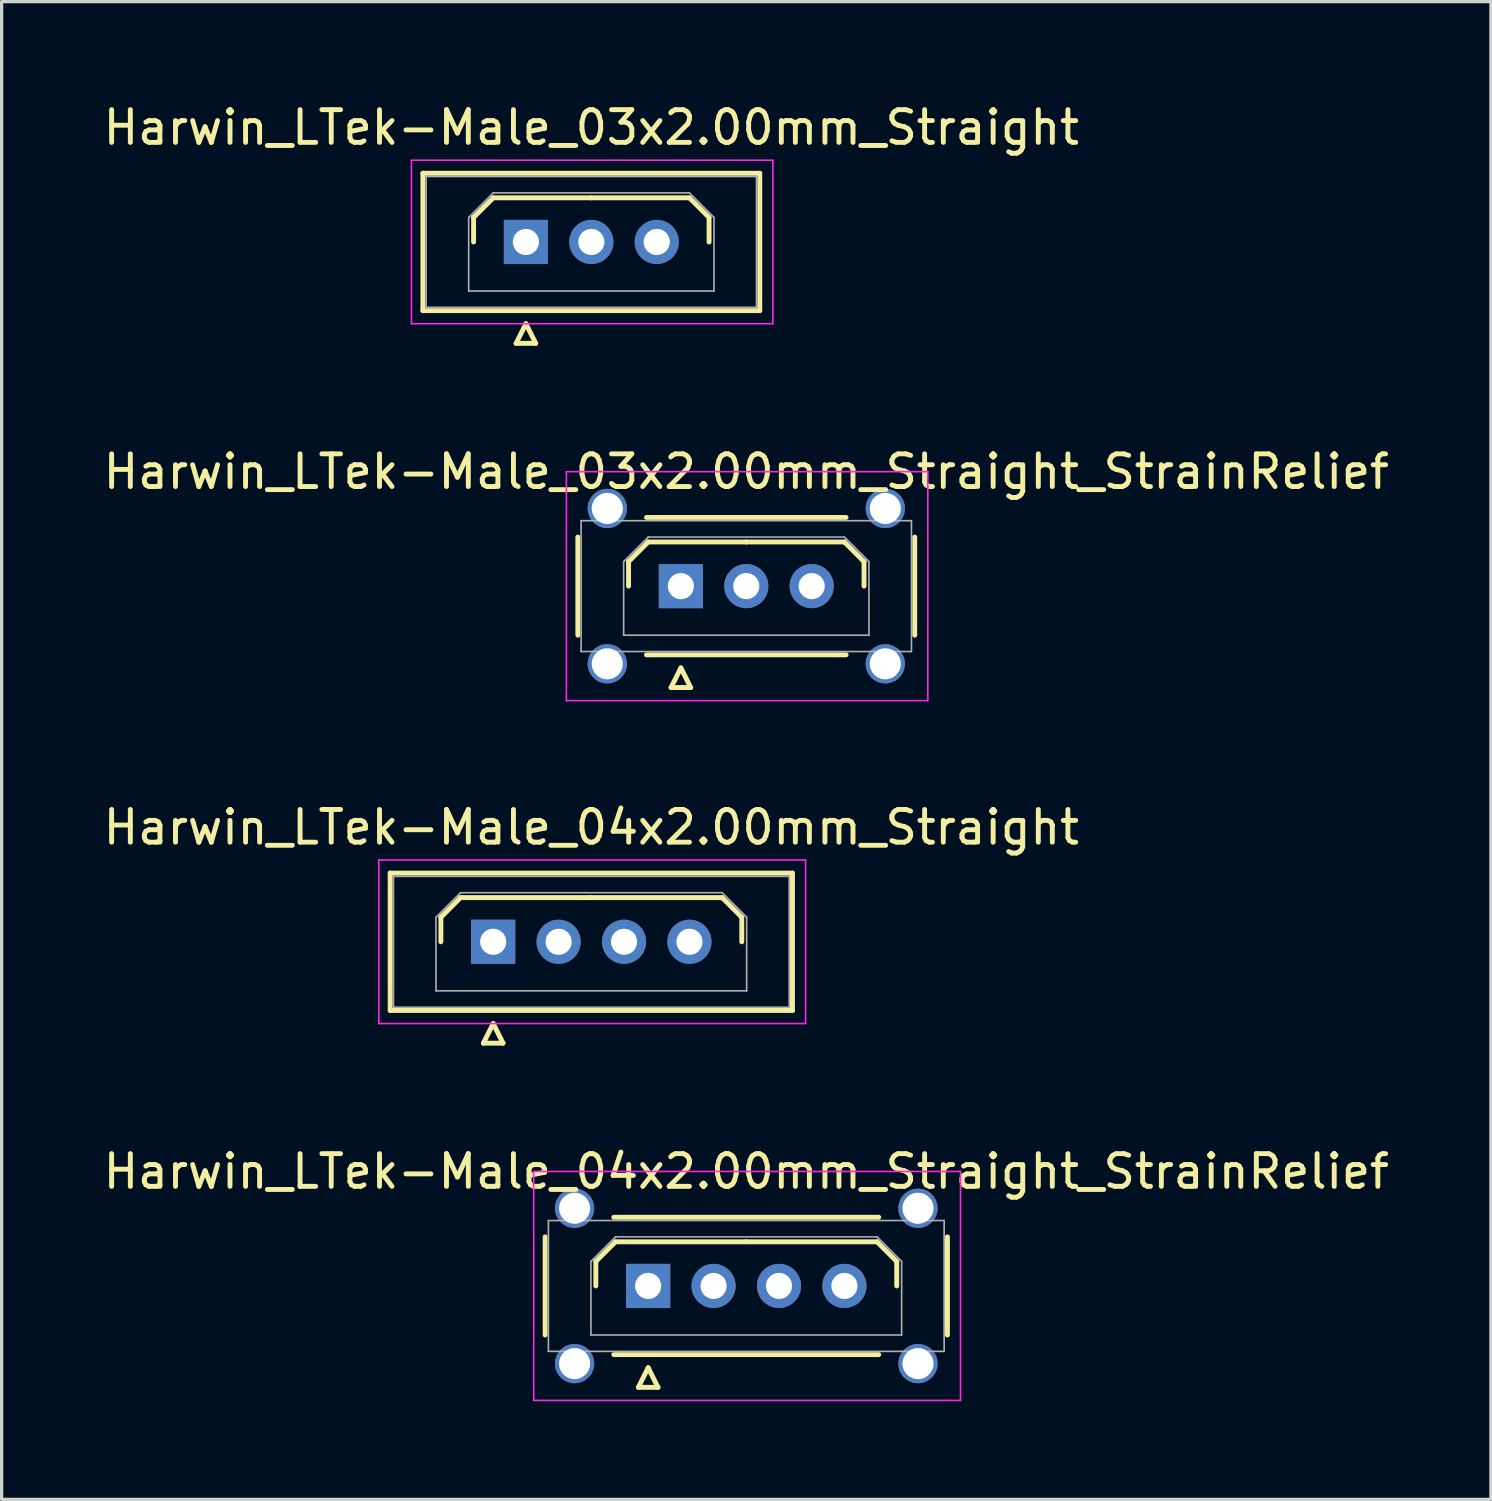
<source format=kicad_pcb>
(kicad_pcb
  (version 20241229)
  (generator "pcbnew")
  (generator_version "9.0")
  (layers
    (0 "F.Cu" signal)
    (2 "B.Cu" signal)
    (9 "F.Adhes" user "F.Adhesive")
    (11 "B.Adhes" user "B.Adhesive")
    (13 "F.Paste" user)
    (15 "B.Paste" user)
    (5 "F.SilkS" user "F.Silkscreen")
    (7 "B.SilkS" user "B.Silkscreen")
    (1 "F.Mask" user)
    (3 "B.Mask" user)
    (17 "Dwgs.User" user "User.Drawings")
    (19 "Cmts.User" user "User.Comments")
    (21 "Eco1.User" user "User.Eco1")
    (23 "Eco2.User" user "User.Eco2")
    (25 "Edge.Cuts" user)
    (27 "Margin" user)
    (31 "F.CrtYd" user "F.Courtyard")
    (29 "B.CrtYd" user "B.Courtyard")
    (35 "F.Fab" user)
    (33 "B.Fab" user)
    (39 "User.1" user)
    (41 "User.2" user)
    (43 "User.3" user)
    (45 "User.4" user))
  (footprint "Harwin_LTek-Male_04x2.00mm_Straight_StrainRelief"
    (layer "F.Cu")
    (at 16.768 36.268)
    (property "Reference" "Harwin_LTek-Male_04x2.00mm_Straight_StrainRelief" (at 3 -3.5 0) (layer "F.SilkS") (effects (font (size 1 1) (thickness 0.15))))
    (attr through_hole)
    (fp_line (start -3.15 -1.5) (end -3.15 1.5) (stroke (width 0.15) (type solid)) (layer "F.SilkS"))
    (fp_line (start -1.6 -0.75) (end -1 -1.35) (stroke (width 0.15) (type solid)) (layer "F.SilkS"))
    (fp_line (start -1.6 0) (end -1.6 -0.75) (stroke (width 0.15) (type solid)) (layer "F.SilkS"))
    (fp_line (start -1.05 -2.1) (end 7.05 -2.1) (stroke (width 0.15) (type solid)) (layer "F.SilkS"))
    (fp_line (start -1.05 2.1) (end 7.05 2.1) (stroke (width 0.15) (type solid)) (layer "F.SilkS"))
    (fp_line (start -1 -1.35) (end 3 -1.35) (stroke (width 0.15) (type solid)) (layer "F.SilkS"))
    (fp_line (start -0.3 3.1) (end 0.3 3.1) (stroke (width 0.15) (type solid)) (layer "F.SilkS"))
    (fp_line (start 0 2.5) (end -0.3 3.1) (stroke (width 0.15) (type solid)) (layer "F.SilkS"))
    (fp_line (start 0.3 3.1) (end 0 2.5) (stroke (width 0.15) (type solid)) (layer "F.SilkS"))
    (fp_line (start 7 -1.35) (end 3 -1.35) (stroke (width 0.15) (type solid)) (layer "F.SilkS"))
    (fp_line (start 7.6 -0.75) (end 7 -1.35) (stroke (width 0.15) (type solid)) (layer "F.SilkS"))
    (fp_line (start 7.6 0) (end 7.6 -0.75) (stroke (width 0.15) (type solid)) (layer "F.SilkS"))
    (fp_line (start 9.15 -1.5) (end 9.15 1.5) (stroke (width 0.15) (type solid)) (layer "F.SilkS"))
    (fp_line (start -3.5 -3.5) (end -3.5 3.5) (stroke (width 0.05) (type solid)) (layer "F.CrtYd"))
    (fp_line (start -3.5 3.5) (end 9.55 3.5) (stroke (width 0.05) (type solid)) (layer "F.CrtYd"))
    (fp_line (start 9.55 -3.5) (end -3.5 -3.5) (stroke (width 0.05) (type solid)) (layer "F.CrtYd"))
    (fp_line (start 9.55 3.5) (end 9.55 -3.5) (stroke (width 0.05) (type solid)) (layer "F.CrtYd"))
    (fp_line (start -3.05 -2) (end -3.05 2) (stroke (width 0.05) (type solid)) (layer "F.Fab"))
    (fp_line (start -3.05 2) (end 9.05 2) (stroke (width 0.05) (type solid)) (layer "F.Fab"))
    (fp_line (start -1.75 -0.75) (end -1 -1.5) (stroke (width 0.05) (type solid)) (layer "F.Fab"))
    (fp_line (start -1.75 1.5) (end -1.75 -0.75) (stroke (width 0.05) (type solid)) (layer "F.Fab"))
    (fp_line (start -1 -1.5) (end 7 -1.5) (stroke (width 0.05) (type solid)) (layer "F.Fab"))
    (fp_line (start 7 -1.5) (end 7.75 -0.75) (stroke (width 0.05) (type solid)) (layer "F.Fab"))
    (fp_line (start 7.75 -0.75) (end 7.75 1.5) (stroke (width 0.05) (type solid)) (layer "F.Fab"))
    (fp_line (start 7.75 1.5) (end -1.75 1.5) (stroke (width 0.05) (type solid)) (layer "F.Fab"))
    (fp_line (start 9.05 -2) (end -3.05 -2) (stroke (width 0.05) (type solid)) (layer "F.Fab"))
    (fp_line (start 9.05 2) (end 9.05 -2) (stroke (width 0.05) (type solid)) (layer "F.Fab"))
    (pad "" thru_hole circle (at -2.25 -2.375) (size 1.2 1.2) (drill 0.95) (layers "*.Cu" "*.Mask"))
    (pad "" thru_hole circle (at -2.25 2.375) (size 1.2 1.2) (drill 0.95) (layers "*.Cu" "*.Mask"))
    (pad "" thru_hole circle (at 8.25 -2.375) (size 1.2 1.2) (drill 0.95) (layers "*.Cu" "*.Mask"))
    (pad "" thru_hole circle (at 8.25 2.375) (size 1.2 1.2) (drill 0.95) (layers "*.Cu" "*.Mask"))
    (pad "1" thru_hole rect (at 0 0) (size 1.35 1.35) (drill 0.8) (layers "*.Cu" "*.Mask"))
    (pad "2" thru_hole circle (at 2 0) (size 1.35 1.35) (drill 0.8) (layers "*.Cu" "*.Mask"))
    (pad "3" thru_hole circle (at 4 0) (size 1.35 1.35) (drill 0.8) (layers "*.Cu" "*.Mask"))
    (pad "4" thru_hole circle (at 6 0) (size 1.35 1.35) (drill 0.8) (layers "*.Cu" "*.Mask")))
  (footprint "Harwin_LTek-Male_03x2.00mm_Straight"
    (layer "F.Cu")
    (at 13.03 4.348)
    (property "Reference" "Harwin_LTek-Male_03x2.00mm_Straight" (at 2 -3.5 0) (layer "F.SilkS") (effects (font (size 1 1) (thickness 0.15))))
    (attr through_hole)
    (fp_line (start -3.15 -2.1) (end -3.15 2.1) (stroke (width 0.15) (type solid)) (layer "F.SilkS"))
    (fp_line (start -3.15 2.1) (end 7.15 2.1) (stroke (width 0.15) (type solid)) (layer "F.SilkS"))
    (fp_line (start -1.6 -0.75) (end -1 -1.35) (stroke (width 0.15) (type solid)) (layer "F.SilkS"))
    (fp_line (start -1.6 0) (end -1.6 -0.75) (stroke (width 0.15) (type solid)) (layer "F.SilkS"))
    (fp_line (start -1 -1.35) (end 2 -1.35) (stroke (width 0.15) (type solid)) (layer "F.SilkS"))
    (fp_line (start -0.3 3.1) (end 0.3 3.1) (stroke (width 0.15) (type solid)) (layer "F.SilkS"))
    (fp_line (start 0 2.5) (end -0.3 3.1) (stroke (width 0.15) (type solid)) (layer "F.SilkS"))
    (fp_line (start 0.3 3.1) (end 0 2.5) (stroke (width 0.15) (type solid)) (layer "F.SilkS"))
    (fp_line (start 5 -1.35) (end 2 -1.35) (stroke (width 0.15) (type solid)) (layer "F.SilkS"))
    (fp_line (start 5.6 -0.75) (end 5 -1.35) (stroke (width 0.15) (type solid)) (layer "F.SilkS"))
    (fp_line (start 5.6 0) (end 5.6 -0.75) (stroke (width 0.15) (type solid)) (layer "F.SilkS"))
    (fp_line (start 7.15 -2.1) (end -3.15 -2.1) (stroke (width 0.15) (type solid)) (layer "F.SilkS"))
    (fp_line (start 7.15 2.1) (end 7.15 -2.1) (stroke (width 0.15) (type solid)) (layer "F.SilkS"))
    (fp_line (start -3.5 -2.5) (end -3.5 2.5) (stroke (width 0.05) (type solid)) (layer "F.CrtYd"))
    (fp_line (start -3.5 2.5) (end 7.55 2.5) (stroke (width 0.05) (type solid)) (layer "F.CrtYd"))
    (fp_line (start 7.55 -2.5) (end -3.5 -2.5) (stroke (width 0.05) (type solid)) (layer "F.CrtYd"))
    (fp_line (start 7.55 2.5) (end 7.55 -2.5) (stroke (width 0.05) (type solid)) (layer "F.CrtYd"))
    (fp_line (start -3.05 -2) (end -3.05 2) (stroke (width 0.05) (type solid)) (layer "F.Fab"))
    (fp_line (start -3.05 2) (end 7.05 2) (stroke (width 0.05) (type solid)) (layer "F.Fab"))
    (fp_line (start -1.75 -0.75) (end -1 -1.5) (stroke (width 0.05) (type solid)) (layer "F.Fab"))
    (fp_line (start -1.75 1.5) (end -1.75 -0.75) (stroke (width 0.05) (type solid)) (layer "F.Fab"))
    (fp_line (start -1 -1.5) (end 5 -1.5) (stroke (width 0.05) (type solid)) (layer "F.Fab"))
    (fp_line (start 5 -1.5) (end 5.75 -0.75) (stroke (width 0.05) (type solid)) (layer "F.Fab"))
    (fp_line (start 5.75 -0.75) (end 5.75 1.5) (stroke (width 0.05) (type solid)) (layer "F.Fab"))
    (fp_line (start 5.75 1.5) (end -1.75 1.5) (stroke (width 0.05) (type solid)) (layer "F.Fab"))
    (fp_line (start 7.05 -2) (end -3.05 -2) (stroke (width 0.05) (type solid)) (layer "F.Fab"))
    (fp_line (start 7.05 2) (end 7.05 -2) (stroke (width 0.05) (type solid)) (layer "F.Fab"))
    (pad "1" thru_hole rect (at 0 0) (size 1.35 1.35) (drill 0.8) (layers "*.Cu" "*.Mask"))
    (pad "2" thru_hole circle (at 2 0) (size 1.35 1.35) (drill 0.8) (layers "*.Cu" "*.Mask"))
    (pad "3" thru_hole circle (at 4 0) (size 1.35 1.35) (drill 0.8) (layers "*.Cu" "*.Mask")))
  (footprint "Harwin_LTek-Male_03x2.00mm_Straight_StrainRelief"
    (layer "F.Cu")
    (at 17.768 14.871)
    (property "Reference" "Harwin_LTek-Male_03x2.00mm_Straight_StrainRelief" (at 2 -3.5 0) (layer "F.SilkS") (effects (font (size 1 1) (thickness 0.15))))
    (attr through_hole)
    (fp_line (start -3.15 -1.5) (end -3.15 1.5) (stroke (width 0.15) (type solid)) (layer "F.SilkS"))
    (fp_line (start -1.6 -0.75) (end -1 -1.35) (stroke (width 0.15) (type solid)) (layer "F.SilkS"))
    (fp_line (start -1.6 0) (end -1.6 -0.75) (stroke (width 0.15) (type solid)) (layer "F.SilkS"))
    (fp_line (start -1.05 -2.1) (end 5.05 -2.1) (stroke (width 0.15) (type solid)) (layer "F.SilkS"))
    (fp_line (start -1.05 2.1) (end 5.05 2.1) (stroke (width 0.15) (type solid)) (layer "F.SilkS"))
    (fp_line (start -1 -1.35) (end 2 -1.35) (stroke (width 0.15) (type solid)) (layer "F.SilkS"))
    (fp_line (start -0.3 3.1) (end 0.3 3.1) (stroke (width 0.15) (type solid)) (layer "F.SilkS"))
    (fp_line (start 0 2.5) (end -0.3 3.1) (stroke (width 0.15) (type solid)) (layer "F.SilkS"))
    (fp_line (start 0.3 3.1) (end 0 2.5) (stroke (width 0.15) (type solid)) (layer "F.SilkS"))
    (fp_line (start 5 -1.35) (end 2 -1.35) (stroke (width 0.15) (type solid)) (layer "F.SilkS"))
    (fp_line (start 5.6 -0.75) (end 5 -1.35) (stroke (width 0.15) (type solid)) (layer "F.SilkS"))
    (fp_line (start 5.6 0) (end 5.6 -0.75) (stroke (width 0.15) (type solid)) (layer "F.SilkS"))
    (fp_line (start 7.15 -1.5) (end 7.15 1.5) (stroke (width 0.15) (type solid)) (layer "F.SilkS"))
    (fp_line (start -3.5 -3.5) (end -3.5 3.5) (stroke (width 0.05) (type solid)) (layer "F.CrtYd"))
    (fp_line (start -3.5 3.5) (end 7.55 3.5) (stroke (width 0.05) (type solid)) (layer "F.CrtYd"))
    (fp_line (start 7.55 -3.5) (end -3.5 -3.5) (stroke (width 0.05) (type solid)) (layer "F.CrtYd"))
    (fp_line (start 7.55 3.5) (end 7.55 -3.5) (stroke (width 0.05) (type solid)) (layer "F.CrtYd"))
    (fp_line (start -3.05 -2) (end -3.05 2) (stroke (width 0.05) (type solid)) (layer "F.Fab"))
    (fp_line (start -3.05 2) (end 7.05 2) (stroke (width 0.05) (type solid)) (layer "F.Fab"))
    (fp_line (start -1.75 -0.75) (end -1 -1.5) (stroke (width 0.05) (type solid)) (layer "F.Fab"))
    (fp_line (start -1.75 1.5) (end -1.75 -0.75) (stroke (width 0.05) (type solid)) (layer "F.Fab"))
    (fp_line (start -1 -1.5) (end 5 -1.5) (stroke (width 0.05) (type solid)) (layer "F.Fab"))
    (fp_line (start 5 -1.5) (end 5.75 -0.75) (stroke (width 0.05) (type solid)) (layer "F.Fab"))
    (fp_line (start 5.75 -0.75) (end 5.75 1.5) (stroke (width 0.05) (type solid)) (layer "F.Fab"))
    (fp_line (start 5.75 1.5) (end -1.75 1.5) (stroke (width 0.05) (type solid)) (layer "F.Fab"))
    (fp_line (start 7.05 -2) (end -3.05 -2) (stroke (width 0.05) (type solid)) (layer "F.Fab"))
    (fp_line (start 7.05 2) (end 7.05 -2) (stroke (width 0.05) (type solid)) (layer "F.Fab"))
    (pad "" thru_hole circle (at -2.25 -2.375) (size 1.2 1.2) (drill 0.95) (layers "*.Cu" "*.Mask"))
    (pad "" thru_hole circle (at -2.25 2.375) (size 1.2 1.2) (drill 0.95) (layers "*.Cu" "*.Mask"))
    (pad "" thru_hole circle (at 6.25 -2.375) (size 1.2 1.2) (drill 0.95) (layers "*.Cu" "*.Mask"))
    (pad "" thru_hole circle (at 6.25 2.375) (size 1.2 1.2) (drill 0.95) (layers "*.Cu" "*.Mask"))
    (pad "1" thru_hole rect (at 0 0) (size 1.35 1.35) (drill 0.8) (layers "*.Cu" "*.Mask"))
    (pad "2" thru_hole circle (at 2 0) (size 1.35 1.35) (drill 0.8) (layers "*.Cu" "*.Mask"))
    (pad "3" thru_hole circle (at 4 0) (size 1.35 1.35) (drill 0.8) (layers "*.Cu" "*.Mask")))
  (footprint "Harwin_LTek-Male_04x2.00mm_Straight"
    (layer "F.Cu")
    (at 12.03 25.745)
    (property "Reference" "Harwin_LTek-Male_04x2.00mm_Straight" (at 3 -3.5 0) (layer "F.SilkS") (effects (font (size 1 1) (thickness 0.15))))
    (attr through_hole)
    (fp_line (start -3.15 -2.1) (end -3.15 2.1) (stroke (width 0.15) (type solid)) (layer "F.SilkS"))
    (fp_line (start -3.15 2.1) (end 9.15 2.1) (stroke (width 0.15) (type solid)) (layer "F.SilkS"))
    (fp_line (start -1.6 -0.75) (end -1 -1.35) (stroke (width 0.15) (type solid)) (layer "F.SilkS"))
    (fp_line (start -1.6 0) (end -1.6 -0.75) (stroke (width 0.15) (type solid)) (layer "F.SilkS"))
    (fp_line (start -1 -1.35) (end 3 -1.35) (stroke (width 0.15) (type solid)) (layer "F.SilkS"))
    (fp_line (start -0.3 3.1) (end 0.3 3.1) (stroke (width 0.15) (type solid)) (layer "F.SilkS"))
    (fp_line (start 0 2.5) (end -0.3 3.1) (stroke (width 0.15) (type solid)) (layer "F.SilkS"))
    (fp_line (start 0.3 3.1) (end 0 2.5) (stroke (width 0.15) (type solid)) (layer "F.SilkS"))
    (fp_line (start 7 -1.35) (end 3 -1.35) (stroke (width 0.15) (type solid)) (layer "F.SilkS"))
    (fp_line (start 7.6 -0.75) (end 7 -1.35) (stroke (width 0.15) (type solid)) (layer "F.SilkS"))
    (fp_line (start 7.6 0) (end 7.6 -0.75) (stroke (width 0.15) (type solid)) (layer "F.SilkS"))
    (fp_line (start 9.15 -2.1) (end -3.15 -2.1) (stroke (width 0.15) (type solid)) (layer "F.SilkS"))
    (fp_line (start 9.15 2.1) (end 9.15 -2.1) (stroke (width 0.15) (type solid)) (layer "F.SilkS"))
    (fp_line (start -3.5 -2.5) (end -3.5 2.5) (stroke (width 0.05) (type solid)) (layer "F.CrtYd"))
    (fp_line (start -3.5 2.5) (end 9.55 2.5) (stroke (width 0.05) (type solid)) (layer "F.CrtYd"))
    (fp_line (start 9.55 -2.5) (end -3.5 -2.5) (stroke (width 0.05) (type solid)) (layer "F.CrtYd"))
    (fp_line (start 9.55 2.5) (end 9.55 -2.5) (stroke (width 0.05) (type solid)) (layer "F.CrtYd"))
    (fp_line (start -3.05 -2) (end -3.05 2) (stroke (width 0.05) (type solid)) (layer "F.Fab"))
    (fp_line (start -3.05 2) (end 9.05 2) (stroke (width 0.05) (type solid)) (layer "F.Fab"))
    (fp_line (start -1.75 -0.75) (end -1 -1.5) (stroke (width 0.05) (type solid)) (layer "F.Fab"))
    (fp_line (start -1.75 1.5) (end -1.75 -0.75) (stroke (width 0.05) (type solid)) (layer "F.Fab"))
    (fp_line (start -1 -1.5) (end 7 -1.5) (stroke (width 0.05) (type solid)) (layer "F.Fab"))
    (fp_line (start 7 -1.5) (end 7.75 -0.75) (stroke (width 0.05) (type solid)) (layer "F.Fab"))
    (fp_line (start 7.75 -0.75) (end 7.75 1.5) (stroke (width 0.05) (type solid)) (layer "F.Fab"))
    (fp_line (start 7.75 1.5) (end -1.75 1.5) (stroke (width 0.05) (type solid)) (layer "F.Fab"))
    (fp_line (start 9.05 -2) (end -3.05 -2) (stroke (width 0.05) (type solid)) (layer "F.Fab"))
    (fp_line (start 9.05 2) (end 9.05 -2) (stroke (width 0.05) (type solid)) (layer "F.Fab"))
    (pad "1" thru_hole rect (at 0 0) (size 1.35 1.35) (drill 0.8) (layers "*.Cu" "*.Mask"))
    (pad "2" thru_hole circle (at 2 0) (size 1.35 1.35) (drill 0.8) (layers "*.Cu" "*.Mask"))
    (pad "3" thru_hole circle (at 4 0) (size 1.35 1.35) (drill 0.8) (layers "*.Cu" "*.Mask"))
    (pad "4" thru_hole circle (at 6 0) (size 1.35 1.35) (drill 0.8) (layers "*.Cu" "*.Mask")))
  (gr_rect
    (start -3 -3)
    (end 42.536 42.793)
    (stroke (width 0.1) (type default))
    (fill no)
    (layer "Edge.Cuts")))
</source>
